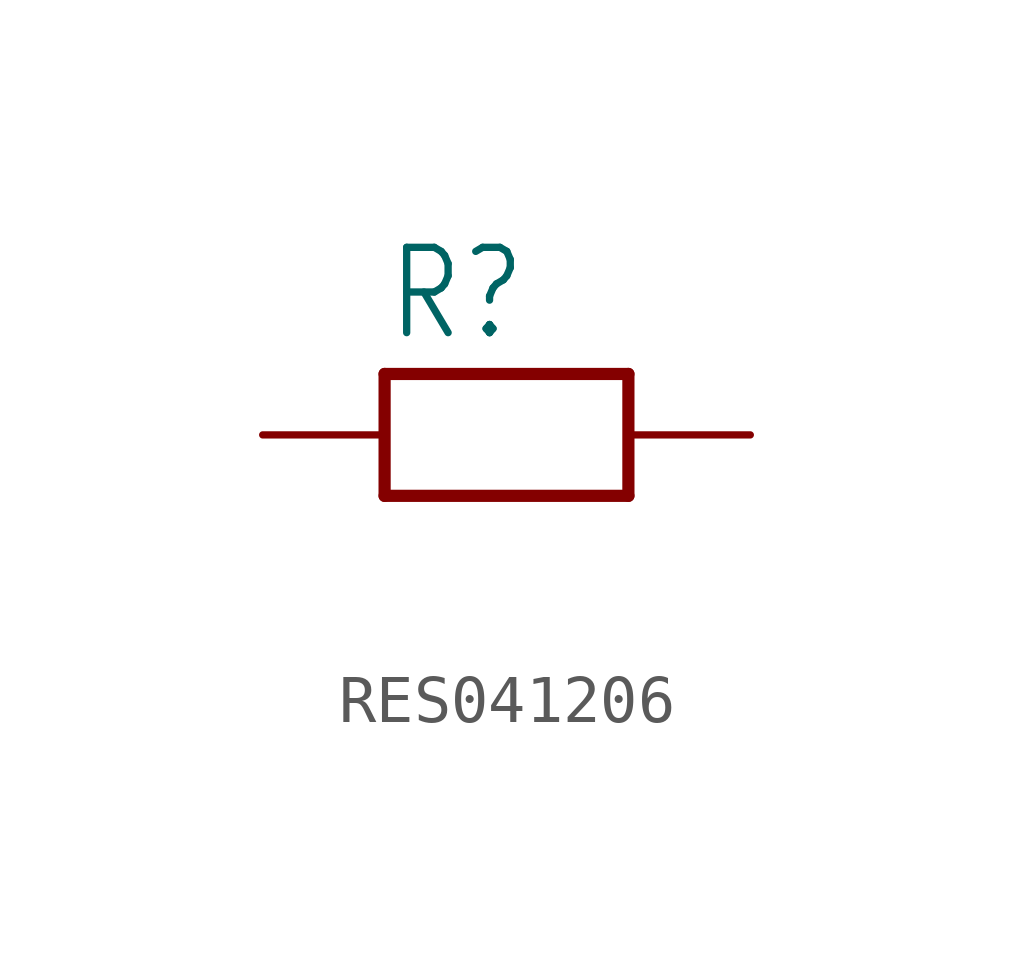
<source format=kicad_sym>
(kicad_symbol_lib
  (version 20220914)
  (generator kicad_symbol_editor)
  (symbol "RES041206"
    (property "Reference" "R"
      (at -2.54 1.905 0)
      (effects (font (size 1.778 1.511)) (justify left bottom)))
    (property "Value" ""
      (at -2.54 -3.81 0)
      (effects (font (size 1.778 1.511)) (justify left bottom)))
    (property "ki_locked" ""
      (at 0 0 0)
      (effects (font (size 1.27 1.27))))
    (symbol "RES041206_1_0"
      (polyline (pts (xy -2.54 -1.27) (xy 2.54 -1.27)) (stroke (width 0.254) (type solid)) (fill (type none)))
      (polyline (pts (xy -2.54 1.27) (xy -2.54 -1.27)) (stroke (width 0.254) (type solid)) (fill (type none)))
      (polyline (pts (xy 2.54 -1.27) (xy 2.54 1.27)) (stroke (width 0.254) (type solid)) (fill (type none)))
      (polyline (pts (xy 2.54 1.27) (xy -2.54 1.27)) (stroke (width 0.254) (type solid)) (fill (type none)))
      (pin passive line (at -5.08 0 0) (length 2.54) (name "1" (effects (font (size 0 0)))) (number "1" (effects (font (size 0 0)))))
      (pin passive line (at 5.08 0 180) (length 2.54) (name "2" (effects (font (size 0 0)))) (number "2" (effects (font (size 0 0))))))))
</source>
